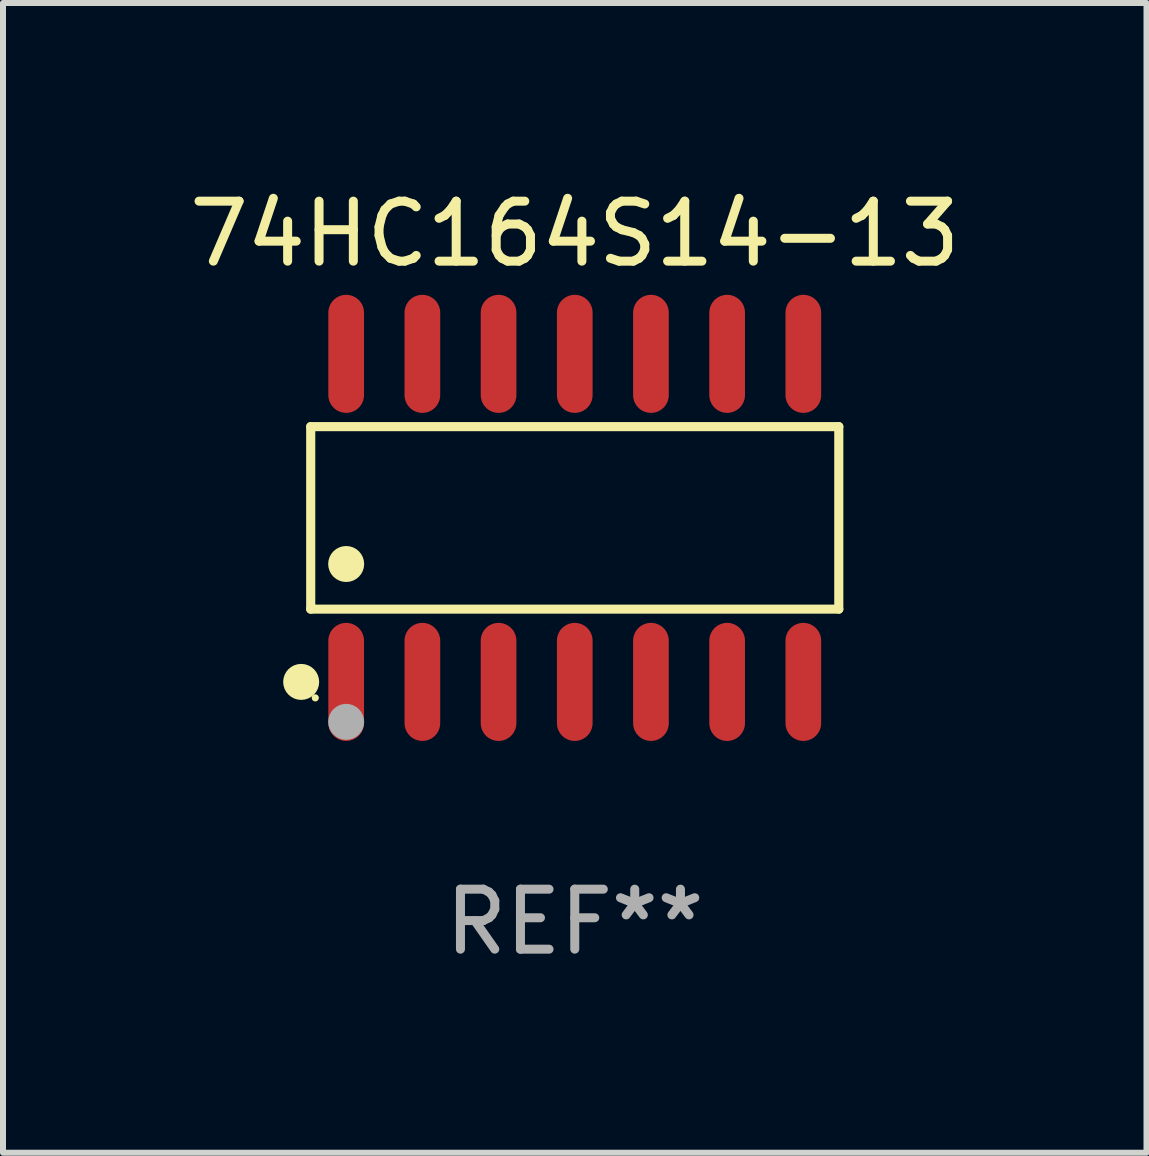
<source format=kicad_pcb>
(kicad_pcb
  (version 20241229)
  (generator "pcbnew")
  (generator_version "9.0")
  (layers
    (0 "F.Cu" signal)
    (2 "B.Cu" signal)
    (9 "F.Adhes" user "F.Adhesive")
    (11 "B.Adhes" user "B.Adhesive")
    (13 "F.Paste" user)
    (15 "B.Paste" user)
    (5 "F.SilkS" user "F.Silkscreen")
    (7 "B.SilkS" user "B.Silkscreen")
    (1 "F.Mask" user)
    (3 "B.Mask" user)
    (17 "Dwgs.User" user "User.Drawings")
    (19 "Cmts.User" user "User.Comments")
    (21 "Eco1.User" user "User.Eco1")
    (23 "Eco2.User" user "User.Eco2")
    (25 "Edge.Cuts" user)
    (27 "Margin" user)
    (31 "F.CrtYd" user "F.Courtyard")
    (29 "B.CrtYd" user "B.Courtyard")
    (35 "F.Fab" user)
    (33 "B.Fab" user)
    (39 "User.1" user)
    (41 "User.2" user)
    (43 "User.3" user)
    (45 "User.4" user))
  (footprint "74HC164S14-13"
    (layer "F.Cu")
    (at 6.53 5.582)
    (property "Reference" "74HC164S14-13" (at 0 -4.734 0) (layer "F.SilkS") (effects (font (size 1 1) (thickness 0.15))))
    (attr through_hole)
    (fp_line (start -4.401 -1.521) (end 4.401 -1.521) (stroke (width 0.152) (type solid)) (layer "F.SilkS"))
    (fp_line (start -4.401 1.521) (end -4.401 -1.521) (stroke (width 0.152) (type solid)) (layer "F.SilkS"))
    (fp_line (start 4.401 -1.521) (end 4.401 1.521) (stroke (width 0.152) (type solid)) (layer "F.SilkS"))
    (fp_line (start 4.401 1.521) (end -4.401 1.521) (stroke (width 0.152) (type solid)) (layer "F.SilkS"))
    (fp_circle (center -4.56 2.734) (end -4.41 2.734) (stroke (width 0.3) (type solid)) (fill no) (layer "F.SilkS"))
    (fp_circle (center -4.325 3) (end -4.295 3) (stroke (width 0.06) (type solid)) (fill no) (layer "F.SilkS"))
    (fp_circle (center -3.81 0.769) (end -3.66 0.769) (stroke (width 0.3) (type solid)) (fill no) (layer "F.SilkS"))
    (fp_circle (center -3.81 3.4) (end -3.66 3.4) (stroke (width 0.3) (type solid)) (fill no) (layer "F.Fab"))
    (fp_text user "REF**" (at 0 6.734 0) (layer "F.Fab") (effects (font (size 1 1) (thickness 0.15))))
    (pad "1" smd oval (at -3.81 2.734) (size 0.595 1.968) (layers "F.Cu" "F.Mask" "F.Paste"))
    (pad "2" smd oval (at -2.54 2.734) (size 0.595 1.968) (layers "F.Cu" "F.Mask" "F.Paste"))
    (pad "3" smd oval (at -1.27 2.734) (size 0.595 1.968) (layers "F.Cu" "F.Mask" "F.Paste"))
    (pad "4" smd oval (at 0 2.734) (size 0.595 1.968) (layers "F.Cu" "F.Mask" "F.Paste"))
    (pad "5" smd oval (at 1.27 2.734) (size 0.595 1.968) (layers "F.Cu" "F.Mask" "F.Paste"))
    (pad "6" smd oval (at 2.54 2.734) (size 0.595 1.968) (layers "F.Cu" "F.Mask" "F.Paste"))
    (pad "7" smd oval (at 3.81 2.734) (size 0.595 1.968) (layers "F.Cu" "F.Mask" "F.Paste"))
    (pad "8" smd oval (at 3.81 -2.734) (size 0.595 1.968) (layers "F.Cu" "F.Mask" "F.Paste"))
    (pad "9" smd oval (at 2.54 -2.734) (size 0.595 1.968) (layers "F.Cu" "F.Mask" "F.Paste"))
    (pad "10" smd oval (at 1.27 -2.734) (size 0.595 1.968) (layers "F.Cu" "F.Mask" "F.Paste"))
    (pad "11" smd oval (at 0 -2.734) (size 0.595 1.968) (layers "F.Cu" "F.Mask" "F.Paste"))
    (pad "12" smd oval (at -1.27 -2.734) (size 0.595 1.968) (layers "F.Cu" "F.Mask" "F.Paste"))
    (pad "13" smd oval (at -2.54 -2.734) (size 0.595 1.968) (layers "F.Cu" "F.Mask" "F.Paste"))
    (pad "14" smd oval (at -3.81 -2.734) (size 0.595 1.968) (layers "F.Cu" "F.Mask" "F.Paste")))
  (gr_rect
    (start -3 -3)
    (end 16.06 16.164)
    (stroke (width 0.1) (type default))
    (fill no)
    (layer "Edge.Cuts")))
</source>
